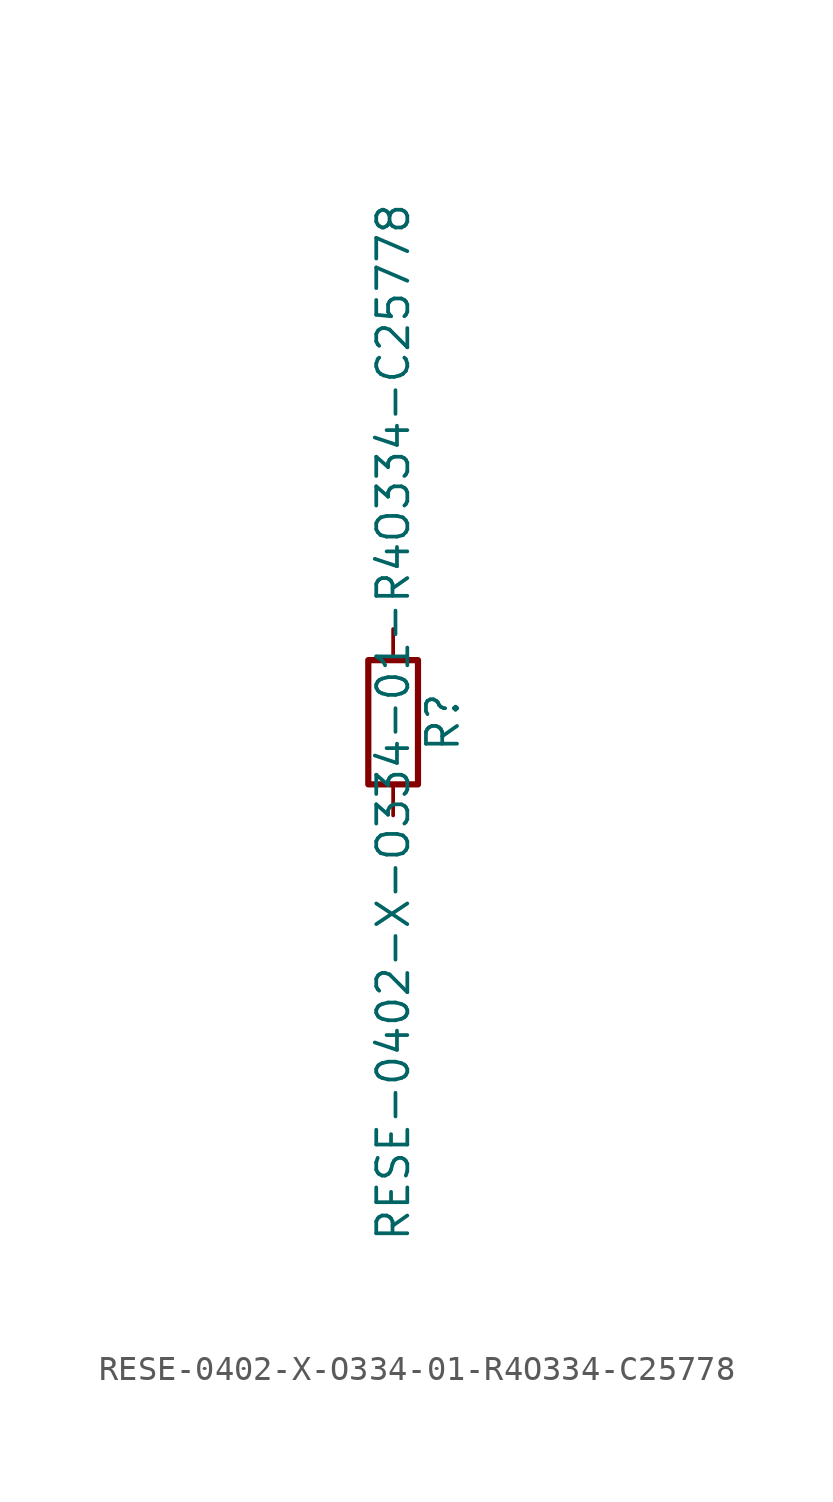
<source format=kicad_sym>
(kicad_symbol_lib
  (version 20211014)
  (generator kicad_symbol_editor)
  (symbol "RESE-0402-X-O334-01-R4O334-C25778"
    (pin_numbers hide)
    (pin_names
      (offset 0))
    (property "Reference" "R"
      (at 2.032 0 90)
      (effects (font (size 1.27 1.27))))
    (property "Value" "RESE-0402-X-O334-01-R4O334-C25778"
      (at 0 0 90)
      (effects (font (size 1.27 1.27))))
    (symbol "RESE-0402-X-O334-01-R4O334-C25778_0_1"
      (rectangle (start -1.016 -2.54) (end 1.016 2.54) (stroke (width 0.254) (type default) (color 0 0 0 0)) (fill (type none))))
    (symbol "RESE-0402-X-O334-01-R4O334-C25778_1_1"
      (pin passive line (at 0 3.81 270) (length 1.27) (name "~" (effects (font (size 1.27 1.27)))) (number "1" (effects (font (size 1.27 1.27)))))
      (pin passive line (at 0 -3.81 90) (length 1.27) (name "~" (effects (font (size 1.27 1.27)))) (number "2" (effects (font (size 1.27 1.27))))))))
</source>
